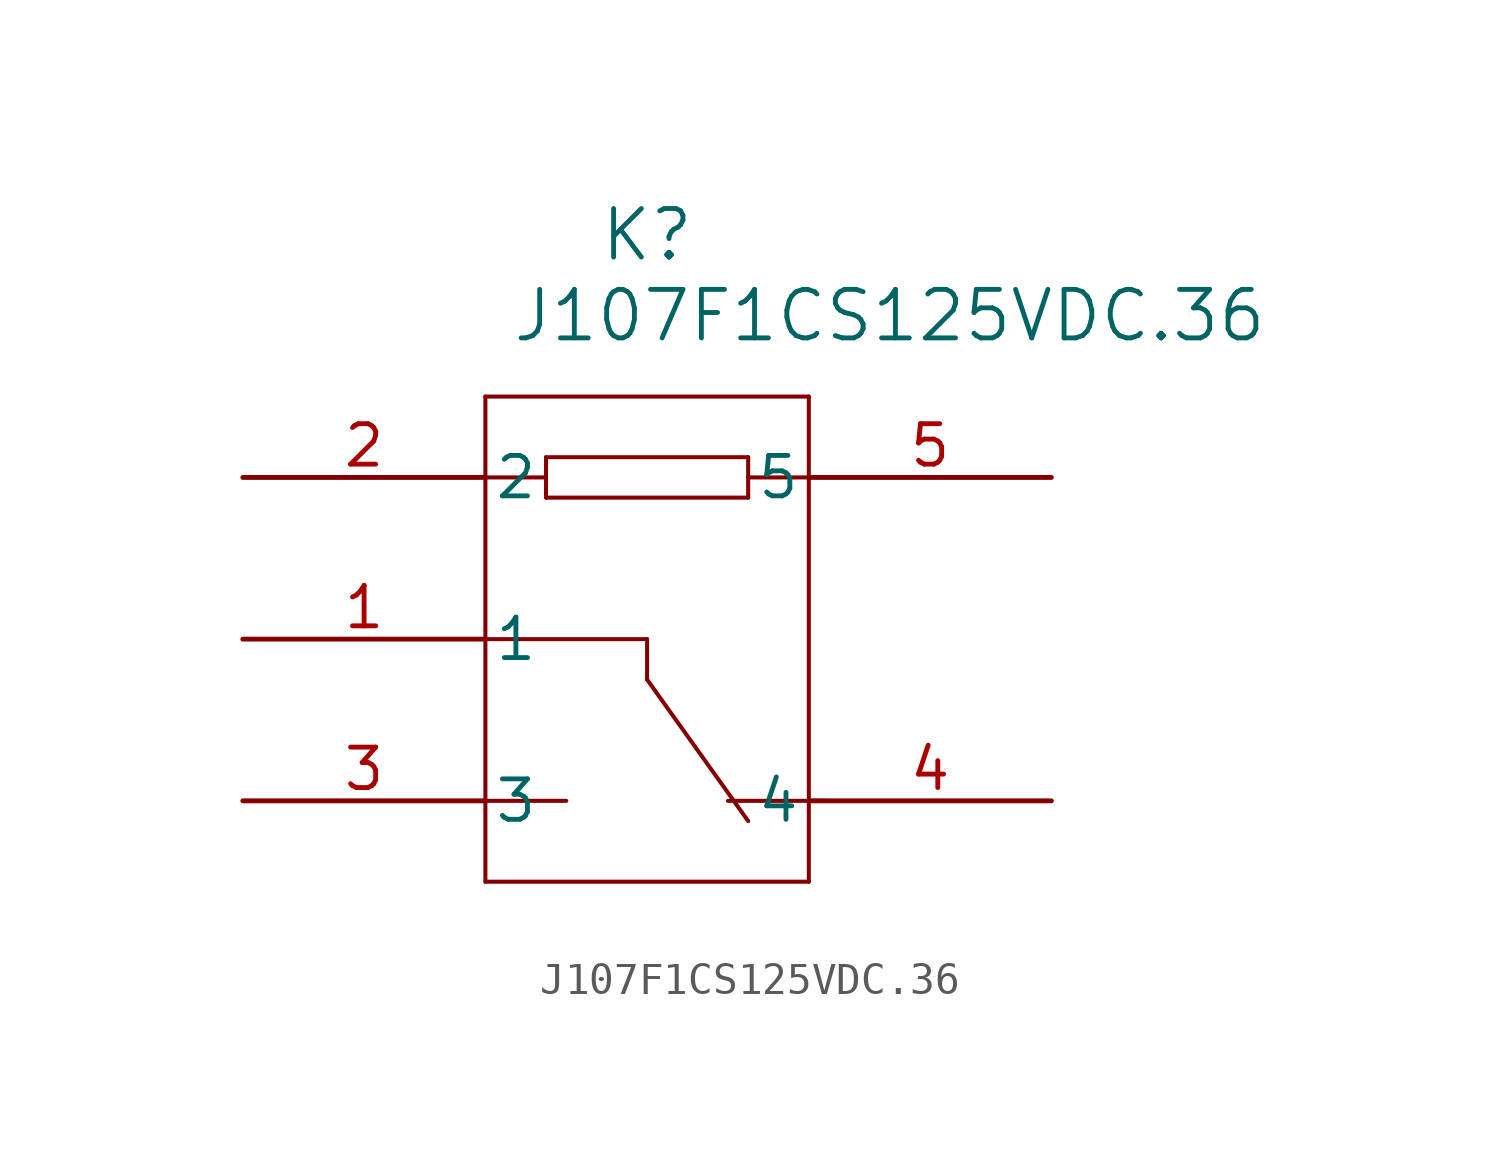
<source format=kicad_sym>
(kicad_symbol_lib
  (version 20211014)
  (generator kicad_symbol_editor)
  (symbol "J107F1CS125VDC.36"
    (pin_names
      (offset 0.254))
    (property "Reference" "K"
      (at 12.7 7.62 0)
      (effects (font (size 1.524 1.524))))
    (property "Value" "J107F1CS125VDC.36"
      (at 20.32 5.08 0)
      (effects (font (size 1.524 1.524))))
    (symbol "J107F1CS125VDC.36_0_1"
      (polyline (pts (xy 7.62 2.54) (xy 7.62 -12.7)) (stroke (width 0.127) (type default) (color 0 0 0 0)) (fill (type none)))
      (polyline (pts (xy 7.62 -12.7) (xy 17.78 -12.7)) (stroke (width 0.127) (type default) (color 0 0 0 0)) (fill (type none)))
      (polyline (pts (xy 17.78 -12.7) (xy 17.78 2.54)) (stroke (width 0.127) (type default) (color 0 0 0 0)) (fill (type none)))
      (polyline (pts (xy 17.78 2.54) (xy 7.62 2.54)) (stroke (width 0.127) (type default) (color 0 0 0 0)) (fill (type none)))
      (polyline (pts (xy 7.62 0) (xy 9.525 0)) (stroke (width 0.127) (type default) (color 0 0 0 0)) (fill (type none)))
      (polyline (pts (xy 17.78 0) (xy 15.875 0)) (stroke (width 0.127) (type default) (color 0 0 0 0)) (fill (type none)))
      (polyline (pts (xy 9.525 0.635) (xy 9.525 -0.635)) (stroke (width 0.127) (type default) (color 0 0 0 0)) (fill (type none)))
      (polyline (pts (xy 9.525 -0.635) (xy 15.875 -0.635)) (stroke (width 0.127) (type default) (color 0 0 0 0)) (fill (type none)))
      (polyline (pts (xy 15.875 0.635) (xy 15.875 -0.635)) (stroke (width 0.127) (type default) (color 0 0 0 0)) (fill (type none)))
      (polyline (pts (xy 9.525 0.635) (xy 15.875 0.635)) (stroke (width 0.127) (type default) (color 0 0 0 0)) (fill (type none)))
      (polyline (pts (xy 7.62 -5.08) (xy 12.7 -5.08)) (stroke (width 0.127) (type default) (color 0 0 0 0)) (fill (type none)))
      (polyline (pts (xy 12.7 -5.08) (xy 12.7 -6.35)) (stroke (width 0.127) (type default) (color 0 0 0 0)) (fill (type none)))
      (polyline (pts (xy 7.62 -10.16) (xy 10.16 -10.16)) (stroke (width 0.127) (type default) (color 0 0 0 0)) (fill (type none)))
      (polyline (pts (xy 18.415 -10.16) (xy 15.24 -10.16)) (stroke (width 0.127) (type default) (color 0 0 0 0)) (fill (type none)))
      (polyline (pts (xy 12.7 -6.35) (xy 15.875 -10.795)) (stroke (width 0.127) (type default) (color 0 0 0 0)) (fill (type none)))
      (pin unspecified line (at 0 -5.08 0) (length 7.62) (name "1" (effects (font (size 1.27 1.27)))) (number "1" (effects (font (size 1.27 1.27)))))
      (pin unspecified line (at 0 0 0) (length 7.62) (name "2" (effects (font (size 1.27 1.27)))) (number "2" (effects (font (size 1.27 1.27)))))
      (pin unspecified line (at 0 -10.16 0) (length 7.62) (name "3" (effects (font (size 1.27 1.27)))) (number "3" (effects (font (size 1.27 1.27)))))
      (pin unspecified line (at 25.4 -10.16 180) (length 7.62) (name "4" (effects (font (size 1.27 1.27)))) (number "4" (effects (font (size 1.27 1.27)))))
      (pin unspecified line (at 25.4 0 180) (length 7.62) (name "5" (effects (font (size 1.27 1.27)))) (number "5" (effects (font (size 1.27 1.27))))))))
</source>
